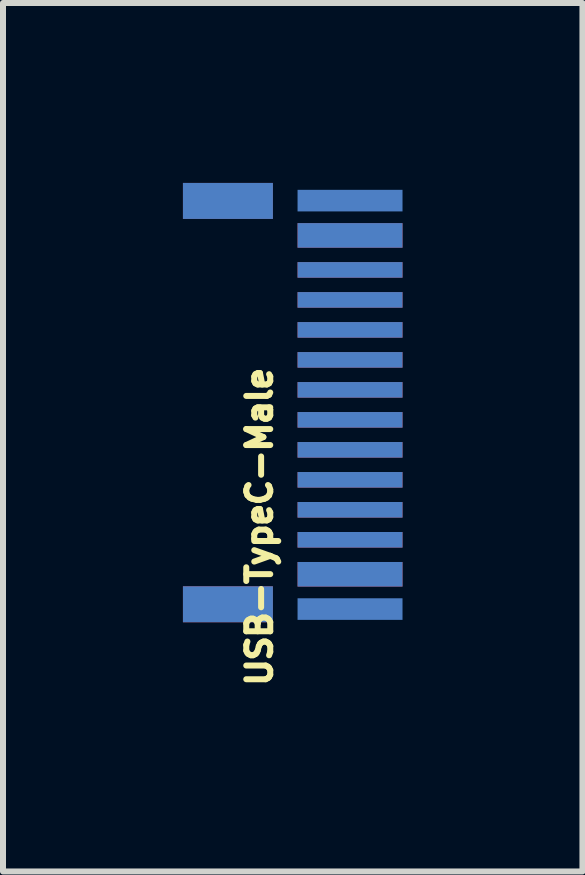
<source format=kicad_pcb>
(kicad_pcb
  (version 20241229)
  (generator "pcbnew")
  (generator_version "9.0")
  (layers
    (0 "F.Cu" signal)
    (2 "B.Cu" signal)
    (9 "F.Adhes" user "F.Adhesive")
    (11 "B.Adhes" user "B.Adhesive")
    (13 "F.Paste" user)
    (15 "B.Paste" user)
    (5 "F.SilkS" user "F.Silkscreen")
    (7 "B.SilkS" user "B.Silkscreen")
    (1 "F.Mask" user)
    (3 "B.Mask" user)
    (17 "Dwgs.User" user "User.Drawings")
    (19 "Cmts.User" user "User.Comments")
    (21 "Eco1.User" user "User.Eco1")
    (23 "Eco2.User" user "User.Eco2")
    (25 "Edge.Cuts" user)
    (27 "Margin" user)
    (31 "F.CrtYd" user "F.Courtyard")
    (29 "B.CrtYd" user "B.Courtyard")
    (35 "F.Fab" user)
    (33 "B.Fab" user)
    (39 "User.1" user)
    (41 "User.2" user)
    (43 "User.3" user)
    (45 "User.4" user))
  (footprint "USB-TypeC-Male"
    (layer "F.Cu")
    (at 2.8 3.7)
    (property "Reference" "USB-TypeC-Male" (at -1.524 2.032 90) (layer "F.SilkS") (effects (font (size 0.4 0.4) (thickness 0.1))))
    (attr smd)
    (pad "A1" smd rect (at -0.014 -2.825 90) (size 0.41 1.75) (layers "F.Cu" "F.Mask" "F.Paste"))
    (pad "A2" smd rect (at -0.014 -2.25 90) (size 0.26 1.75) (layers "F.Cu" "F.Mask" "F.Paste"))
    (pad "A3" smd rect (at -0.014 -1.75 90) (size 0.26 1.75) (layers "F.Cu" "F.Mask" "F.Paste"))
    (pad "A4" smd rect (at -0.014 -1.25 90) (size 0.26 1.75) (layers "F.Cu" "F.Mask" "F.Paste"))
    (pad "A5" smd rect (at -0.014 -0.75 90) (size 0.26 1.75) (layers "F.Cu" "F.Mask" "F.Paste"))
    (pad "A6" smd rect (at -0.014 -0.25 90) (size 0.26 1.75) (layers "F.Cu" "F.Mask" "F.Paste"))
    (pad "A7" smd rect (at -0.014 0.25 90) (size 0.26 1.75) (layers "F.Cu" "F.Mask" "F.Paste"))
    (pad "A8" smd rect (at -0.014 0.75 90) (size 0.26 1.75) (layers "F.Cu" "F.Mask" "F.Paste"))
    (pad "A9" smd rect (at -0.014 1.25 90) (size 0.26 1.75) (layers "F.Cu" "F.Mask" "F.Paste"))
    (pad "A10" smd rect (at -0.014 1.75 90) (size 0.26 1.75) (layers "F.Cu" "F.Mask" "F.Paste"))
    (pad "A11" smd rect (at -0.014 2.25 90) (size 0.26 1.75) (layers "F.Cu" "F.Mask" "F.Paste"))
    (pad "A12" smd rect (at -0.014 2.825 90) (size 0.41 1.75) (layers "F.Cu" "F.Mask" "F.Paste"))
    (pad "B1" smd rect (at -0.014 2.825 90) (size 0.41 1.75) (layers "B.Cu" "B.Mask" "B.Paste"))
    (pad "B2" smd rect (at -0.014 2.25 90) (size 0.26 1.75) (layers "B.Cu" "B.Mask" "B.Paste"))
    (pad "B3" smd rect (at -0.014 1.75 90) (size 0.26 1.75) (layers "B.Cu" "B.Mask" "B.Paste"))
    (pad "B4" smd rect (at -0.014 1.25 90) (size 0.26 1.75) (layers "B.Cu" "B.Mask" "B.Paste"))
    (pad "B5" smd rect (at -0.014 0.75 90) (size 0.26 1.75) (layers "B.Cu" "B.Mask" "B.Paste"))
    (pad "B6" smd rect (at -0.014 0.25 90) (size 0.26 1.75) (layers "B.Cu" "B.Mask" "B.Paste"))
    (pad "B7" smd rect (at -0.014 -0.25 90) (size 0.26 1.75) (layers "B.Cu" "B.Mask" "B.Paste"))
    (pad "B8" smd rect (at -0.014 -0.75 90) (size 0.26 1.75) (layers "B.Cu" "B.Mask" "B.Paste"))
    (pad "B9" smd rect (at -0.014 -1.25 90) (size 0.26 1.75) (layers "B.Cu" "B.Mask" "B.Paste"))
    (pad "B10" smd rect (at -0.014 -1.75 90) (size 0.26 1.75) (layers "B.Cu" "B.Mask" "B.Paste"))
    (pad "B11" smd rect (at -0.014 -2.25 90) (size 0.26 1.75) (layers "B.Cu" "B.Mask" "B.Paste"))
    (pad "B12" smd rect (at -0.014 -2.825 90) (size 0.41 1.75) (layers "B.Cu" "B.Mask" "B.Paste"))
    (pad "SH" smd rect (at -2.05 -3.4 90) (size 0.6 1.5) (layers "F.Cu" "F.Mask" "F.Paste"))
    (pad "SH" smd rect (at -2.05 -3.4 90) (size 0.6 1.5) (layers "B.Cu" "B.Mask" "B.Paste"))
    (pad "SH" smd rect (at -2.05 3.325 90) (size 0.6 1.5) (layers "F.Cu" "F.Mask" "F.Paste"))
    (pad "SH" smd rect (at -2.05 3.325 90) (size 0.6 1.5) (layers "B.Cu" "B.Mask" "B.Paste"))
    (pad "SH" smd rect (at -0.014 -3.405 90) (size 0.36 1.75) (layers "B.Cu" "B.Mask" "B.Paste"))
    (pad "SH" smd rect (at -0.014 3.405 90) (size 0.36 1.75) (layers "B.Cu" "B.Mask" "B.Paste")))
  (gr_rect
    (start -3 -3)
    (end 6.661 11.48)
    (stroke (width 0.1) (type default))
    (fill no)
    (layer "Edge.Cuts")))
</source>
